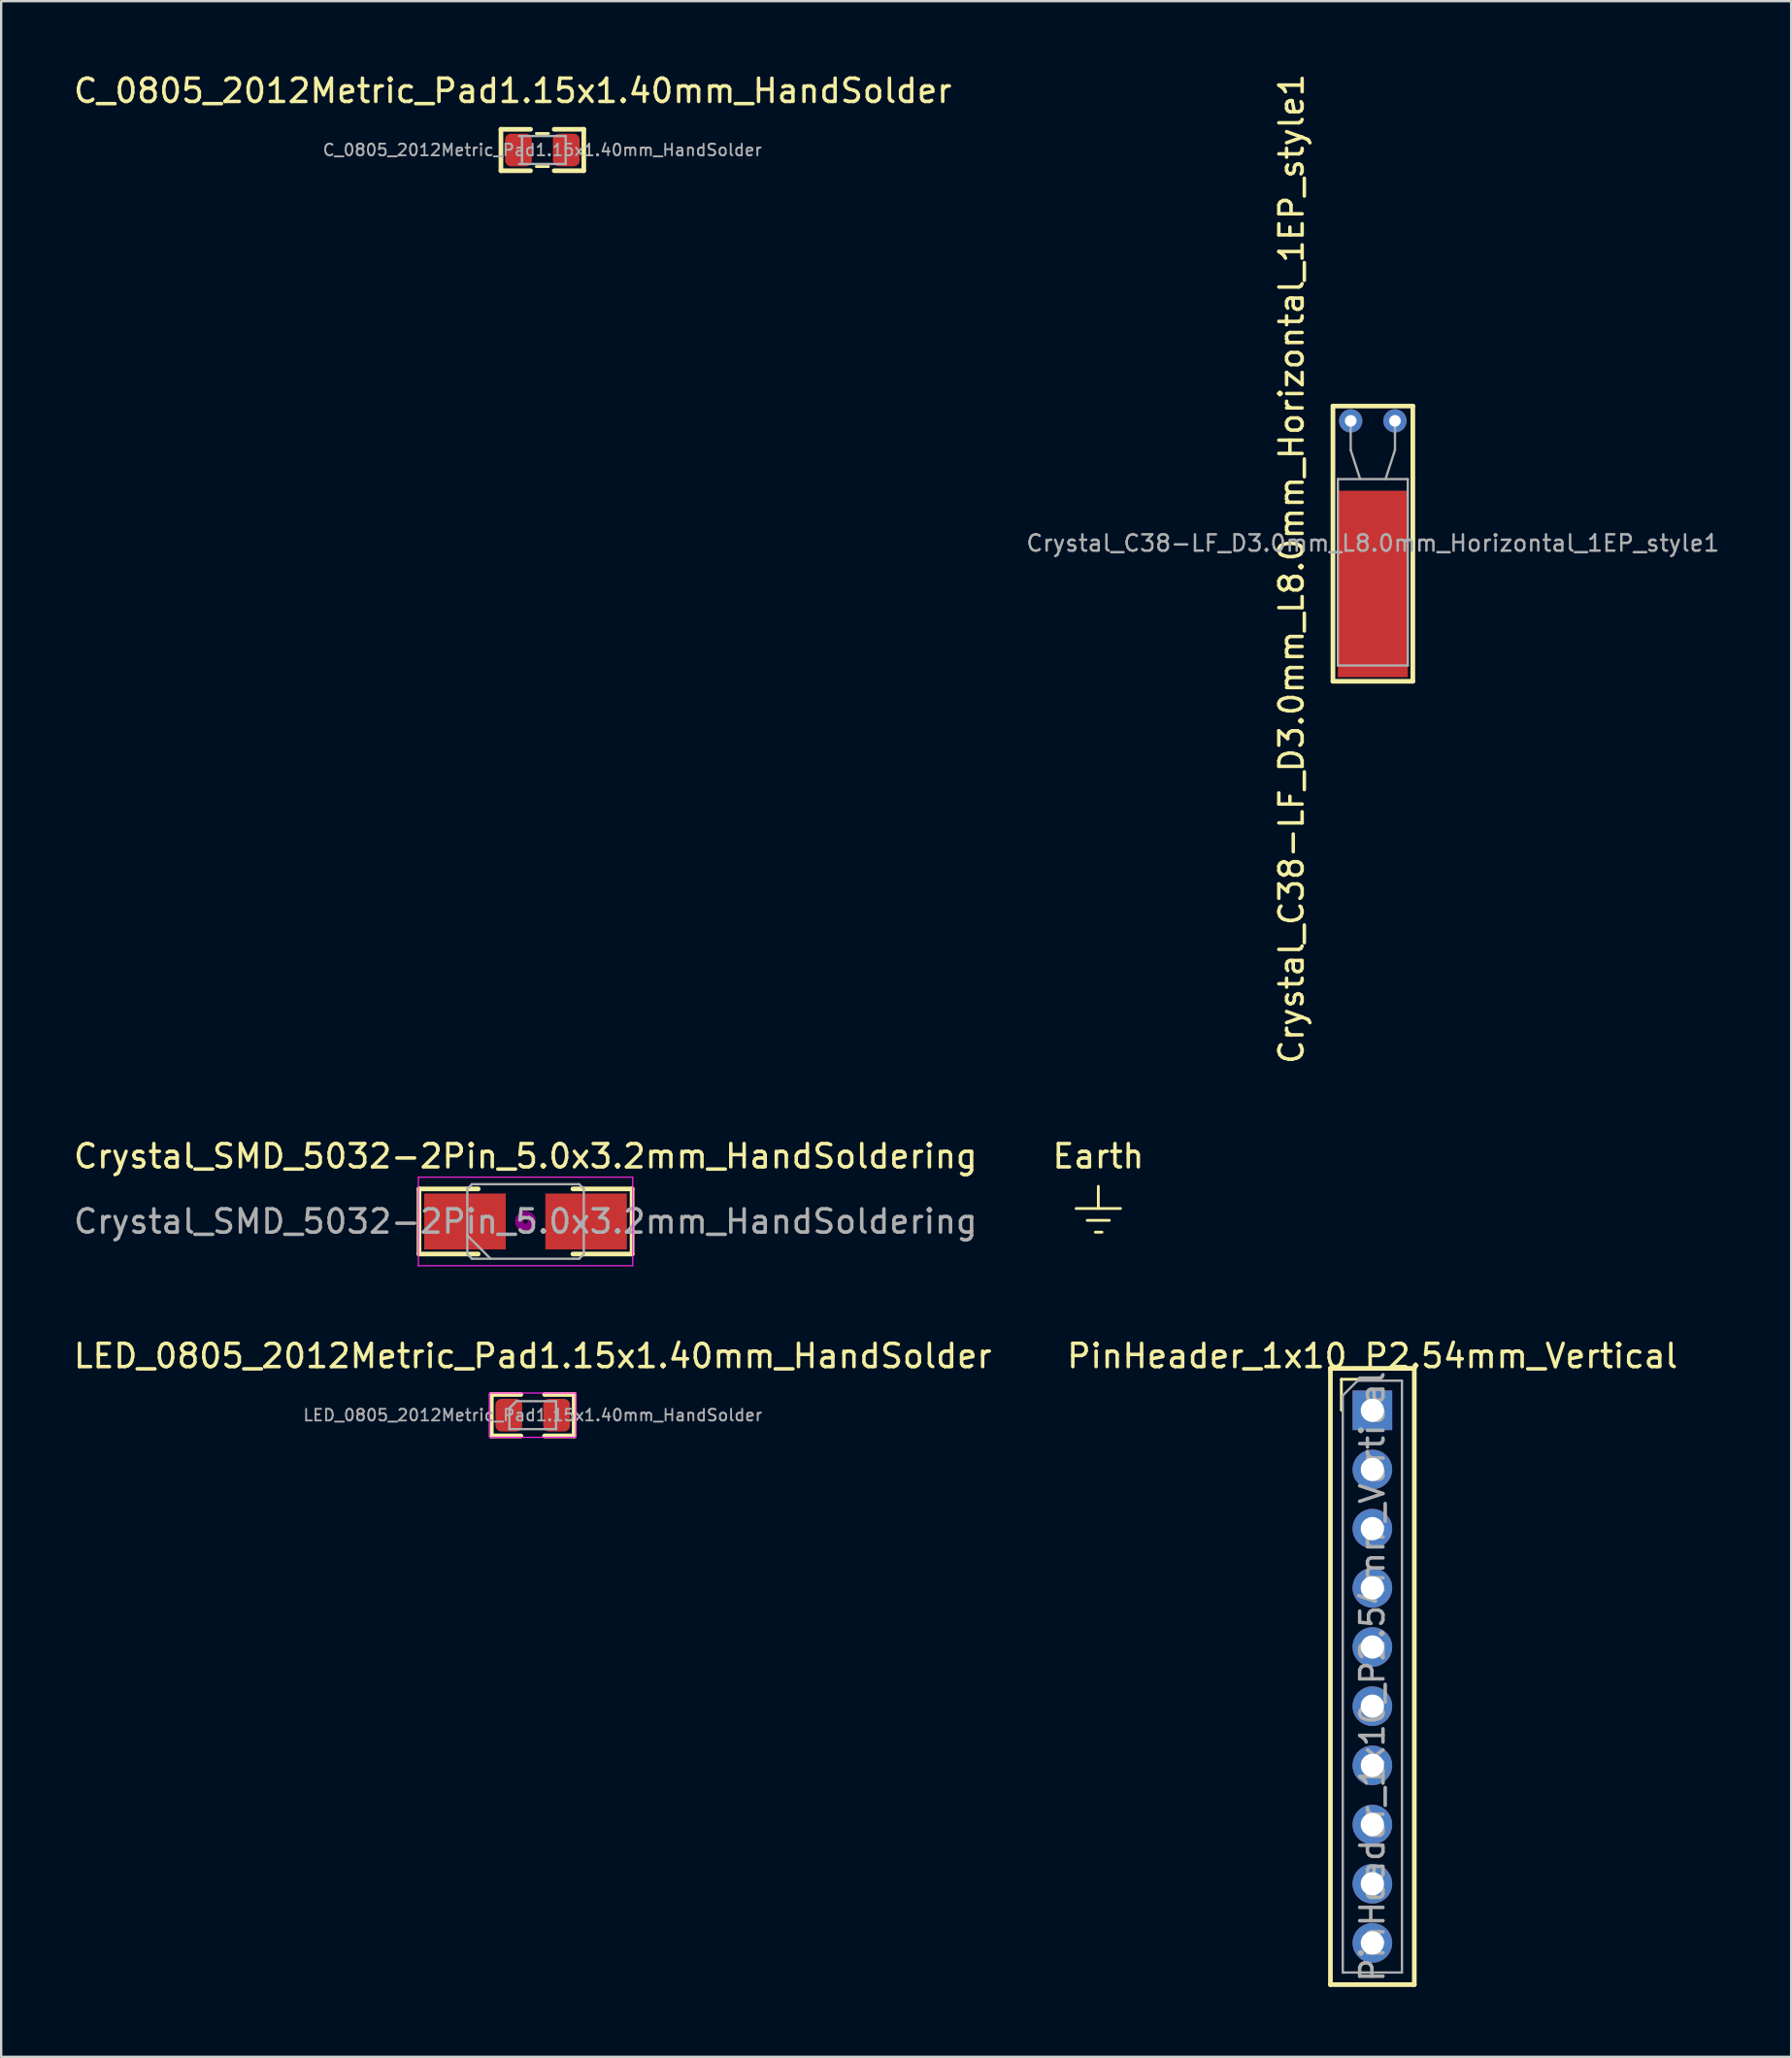
<source format=kicad_pcb>
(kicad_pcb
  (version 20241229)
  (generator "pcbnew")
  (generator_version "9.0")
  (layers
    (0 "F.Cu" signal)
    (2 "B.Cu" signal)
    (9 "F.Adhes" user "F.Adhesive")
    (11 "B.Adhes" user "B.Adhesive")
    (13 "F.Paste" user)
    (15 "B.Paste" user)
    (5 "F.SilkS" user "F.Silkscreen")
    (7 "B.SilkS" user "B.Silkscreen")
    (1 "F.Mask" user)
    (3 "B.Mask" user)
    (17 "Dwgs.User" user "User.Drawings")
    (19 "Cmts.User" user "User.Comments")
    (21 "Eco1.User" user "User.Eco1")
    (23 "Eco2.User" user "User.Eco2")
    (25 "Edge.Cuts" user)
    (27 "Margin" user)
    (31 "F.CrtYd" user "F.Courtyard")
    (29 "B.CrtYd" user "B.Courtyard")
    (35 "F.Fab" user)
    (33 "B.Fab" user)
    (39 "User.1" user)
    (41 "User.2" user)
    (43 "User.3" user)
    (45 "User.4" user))
  (footprint "C_0805_2012Metric_Pad1.15x1.40mm_HandSolder"
    (layer "F.Cu")
    (at 20.228 3.388)
    (property "Reference" "C_0805_2012Metric_Pad1.15x1.40mm_HandSolder" (at -1.27 -2.54 0) (layer "F.SilkS") (effects (font (size 1 1) (thickness 0.15))))
    (attr smd)
    (fp_line (start -1.778 -0.889) (end -0.508 -0.889) (stroke (width 0.2) (type solid)) (layer "F.SilkS"))
    (fp_line (start -1.778 0.889) (end -1.778 -0.889) (stroke (width 0.2) (type solid)) (layer "F.SilkS"))
    (fp_line (start -0.508 0.889) (end -1.778 0.889) (stroke (width 0.2) (type solid)) (layer "F.SilkS"))
    (fp_line (start -0.261 -0.71) (end 0.261 -0.71) (stroke (width 0.12) (type solid)) (layer "F.SilkS"))
    (fp_line (start -0.261 0.71) (end 0.261 0.71) (stroke (width 0.12) (type solid)) (layer "F.SilkS"))
    (fp_line (start 0.508 -0.889) (end 1.778 -0.889) (stroke (width 0.2) (type solid)) (layer "F.SilkS"))
    (fp_line (start 1.778 -0.889) (end 1.778 0.889) (stroke (width 0.2) (type solid)) (layer "F.SilkS"))
    (fp_line (start 1.778 0.889) (end 0.508 0.889) (stroke (width 0.2) (type solid)) (layer "F.SilkS"))
    (fp_line (start -1 -0.6) (end 1 -0.6) (stroke (width 0.1) (type solid)) (layer "F.Fab"))
    (fp_line (start -0.873 0.6) (end -0.873 -0.6) (stroke (width 0.1) (type solid)) (layer "F.Fab"))
    (fp_line (start 1 -0.6) (end 1 0.6) (stroke (width 0.1) (type solid)) (layer "F.Fab"))
    (fp_line (start 1 0.6) (end -1 0.6) (stroke (width 0.1) (type solid)) (layer "F.Fab"))
    (fp_text user "${REFERENCE}" (at 0 0 0) (layer "F.Fab") (effects (font (size 0.5 0.5) (thickness 0.08))))
    (pad "1" smd roundrect (at -1.025 0) (size 1.15 1.4) (layers "F.Cu" "F.Mask" "F.Paste") (roundrect_rratio 0.217))
    (pad "2" smd roundrect (at 1.025 0) (size 1.15 1.4) (layers "F.Cu" "F.Mask" "F.Paste") (roundrect_rratio 0.217)))
  (footprint "Crystal_C38-LF_D3.0mm_L8.0mm_Horizontal_1EP_style1"
    (layer "F.Cu")
    (at 54.921 15.013)
    (property "Reference" "Crystal_C38-LF_D3.0mm_L8.0mm_Horizontal_1EP_style1" (at -2.54 6.35 90) (layer "F.SilkS") (effects (font (size 1 1) (thickness 0.15))))
    (attr through_hole)
    (fp_line (start -0.762 -0.635) (end -0.762 11.176) (stroke (width 0.2) (type solid)) (layer "F.SilkS"))
    (fp_line (start -0.75 2.8) (end -0.75 2.3) (stroke (width 0.12) (type solid)) (layer "F.SilkS"))
    (fp_line (start 2.667 -0.635) (end -0.762 -0.635) (stroke (width 0.2) (type solid)) (layer "F.SilkS"))
    (fp_line (start 2.667 -0.635) (end 2.667 11.176) (stroke (width 0.2) (type solid)) (layer "F.SilkS"))
    (fp_line (start 2.667 11.176) (end -0.762 11.176) (stroke (width 0.2) (type solid)) (layer "F.SilkS"))
    (fp_line (start -0.55 2.5) (end -0.55 10.5) (stroke (width 0.1) (type solid)) (layer "F.Fab"))
    (fp_line (start -0.55 10.5) (end 2.45 10.5) (stroke (width 0.1) (type solid)) (layer "F.Fab"))
    (fp_line (start 0 1.25) (end 0 0) (stroke (width 0.1) (type solid)) (layer "F.Fab"))
    (fp_line (start 0.405 2.5) (end 0 1.25) (stroke (width 0.1) (type solid)) (layer "F.Fab"))
    (fp_line (start 1.495 2.5) (end 1.9 1.25) (stroke (width 0.1) (type solid)) (layer "F.Fab"))
    (fp_line (start 1.9 1.25) (end 1.9 0) (stroke (width 0.1) (type solid)) (layer "F.Fab"))
    (fp_line (start 2.45 2.5) (end -0.55 2.5) (stroke (width 0.1) (type solid)) (layer "F.Fab"))
    (fp_line (start 2.45 10.5) (end 2.45 2.5) (stroke (width 0.1) (type solid)) (layer "F.Fab"))
    (fp_text user "${REFERENCE}" (at 0.95 5.25 0) (layer "F.Fab") (effects (font (size 0.7 0.7) (thickness 0.105))))
    (pad "1" thru_hole circle (at 0 0) (size 1 1) (drill 0.5) (layers "*.Cu" "*.Mask"))
    (pad "2" thru_hole circle (at 1.9 0) (size 1 1) (drill 0.5) (layers "*.Cu" "*.Mask"))
    (pad "3" smd rect (at 0.95 7) (size 3 8) (layers "F.Cu" "F.Mask" "F.Paste")))
  (footprint "PinHeader_1x10_P2.54mm_Vertical"
    (layer "F.Cu")
    (at 55.851 57.478)
    (property "Reference" "PinHeader_1x10_P2.54mm_Vertical" (at 0 -2.33 0) (layer "F.SilkS") (effects (font (size 1 1) (thickness 0.15))))
    (attr through_hole)
    (fp_line (start -1.8 -1.8) (end -1.8 24.65) (stroke (width 0.2) (type solid)) (layer "F.SilkS"))
    (fp_line (start -1.8 24.65) (end 1.8 24.65) (stroke (width 0.2) (type solid)) (layer "F.SilkS"))
    (fp_line (start -1.33 -1.33) (end 0 -1.33) (stroke (width 0.12) (type solid)) (layer "F.SilkS"))
    (fp_line (start -1.33 0) (end -1.33 -1.33) (stroke (width 0.12) (type solid)) (layer "F.SilkS"))
    (fp_line (start 1.8 -1.8) (end -1.8 -1.8) (stroke (width 0.2) (type solid)) (layer "F.SilkS"))
    (fp_line (start 1.8 24.65) (end 1.8 -1.8) (stroke (width 0.2) (type solid)) (layer "F.SilkS"))
    (fp_line (start -1.27 -0.635) (end -0.635 -1.27) (stroke (width 0.1) (type solid)) (layer "F.Fab"))
    (fp_line (start -1.27 24.13) (end -1.27 -0.635) (stroke (width 0.1) (type solid)) (layer "F.Fab"))
    (fp_line (start -0.635 -1.27) (end 1.27 -1.27) (stroke (width 0.1) (type solid)) (layer "F.Fab"))
    (fp_line (start 1.27 -1.27) (end 1.27 24.13) (stroke (width 0.1) (type solid)) (layer "F.Fab"))
    (fp_line (start 1.27 24.13) (end -1.27 24.13) (stroke (width 0.1) (type solid)) (layer "F.Fab"))
    (fp_text user "${REFERENCE}" (at 0 11.43 90) (layer "F.Fab") (effects (font (size 1 1) (thickness 0.15))))
    (pad "1" thru_hole rect (at 0 0) (size 1.7 1.7) (drill 1) (layers "*.Cu" "*.Mask"))
    (pad "2" thru_hole oval (at 0 2.54) (size 1.7 1.7) (drill 1) (layers "*.Cu" "*.Mask"))
    (pad "3" thru_hole oval (at 0 5.08) (size 1.7 1.7) (drill 1) (layers "*.Cu" "*.Mask"))
    (pad "4" thru_hole oval (at 0 7.62) (size 1.7 1.7) (drill 1) (layers "*.Cu" "*.Mask"))
    (pad "5" thru_hole oval (at 0 10.16) (size 1.7 1.7) (drill 1) (layers "*.Cu" "*.Mask"))
    (pad "6" thru_hole oval (at 0 12.7) (size 1.7 1.7) (drill 1) (layers "*.Cu" "*.Mask"))
    (pad "7" thru_hole oval (at 0 15.24) (size 1.7 1.7) (drill 1) (layers "*.Cu" "*.Mask"))
    (pad "8" thru_hole oval (at 0 17.78) (size 1.7 1.7) (drill 1) (layers "*.Cu" "*.Mask"))
    (pad "9" thru_hole oval (at 0 20.32) (size 1.7 1.7) (drill 1) (layers "*.Cu" "*.Mask"))
    (pad "10" thru_hole oval (at 0 22.86) (size 1.7 1.7) (drill 1) (layers "*.Cu" "*.Mask")))
  (footprint "LED_0805_2012Metric_Pad1.15x1.40mm_HandSolder"
    (layer "F.Cu")
    (at 19.815 57.688)
    (property "Reference" "LED_0805_2012Metric_Pad1.15x1.40mm_HandSolder" (at 0 -2.54 0) (layer "F.SilkS") (effects (font (size 1 1) (thickness 0.15))))
    (attr smd)
    (fp_line (start -1.778 -0.889) (end -0.508 -0.889) (stroke (width 0.2) (type solid)) (layer "F.SilkS"))
    (fp_line (start -1.778 0.889) (end -1.778 -0.889) (stroke (width 0.2) (type solid)) (layer "F.SilkS"))
    (fp_line (start -0.508 0.889) (end -1.778 0.889) (stroke (width 0.2) (type solid)) (layer "F.SilkS"))
    (fp_line (start 0.508 -0.889) (end 1.778 -0.889) (stroke (width 0.2) (type solid)) (layer "F.SilkS"))
    (fp_line (start 1.778 -0.889) (end 1.778 0.889) (stroke (width 0.2) (type solid)) (layer "F.SilkS"))
    (fp_line (start 1.778 0.889) (end 0.508 0.889) (stroke (width 0.2) (type solid)) (layer "F.SilkS"))
    (fp_line (start -1.85 -0.95) (end 1.85 -0.95) (stroke (width 0.05) (type solid)) (layer "F.CrtYd"))
    (fp_line (start -1.85 0.95) (end -1.85 -0.95) (stroke (width 0.05) (type solid)) (layer "F.CrtYd"))
    (fp_line (start 1.85 -0.95) (end 1.85 0.95) (stroke (width 0.05) (type solid)) (layer "F.CrtYd"))
    (fp_line (start 1.85 0.95) (end -1.85 0.95) (stroke (width 0.05) (type solid)) (layer "F.CrtYd"))
    (fp_line (start -1 -0.3) (end -1 0.6) (stroke (width 0.1) (type solid)) (layer "F.Fab"))
    (fp_line (start -1 0.6) (end 1 0.6) (stroke (width 0.1) (type solid)) (layer "F.Fab"))
    (fp_line (start -0.7 -0.6) (end -1 -0.3) (stroke (width 0.1) (type solid)) (layer "F.Fab"))
    (fp_line (start 1 -0.6) (end -0.7 -0.6) (stroke (width 0.1) (type solid)) (layer "F.Fab"))
    (fp_line (start 1 0.6) (end 1 -0.6) (stroke (width 0.1) (type solid)) (layer "F.Fab"))
    (fp_text user "${REFERENCE}" (at 0 0 0) (layer "F.Fab") (effects (font (size 0.5 0.5) (thickness 0.08))))
    (pad "1" smd roundrect (at -1.025 0) (size 1.15 1.4) (layers "F.Cu" "F.Mask" "F.Paste") (roundrect_rratio 0.217))
    (pad "2" smd roundrect (at 1.025 0) (size 1.15 1.4) (layers "F.Cu" "F.Mask" "F.Paste") (roundrect_rratio 0.217)))
  (footprint "Earth"
    (layer "F.Cu")
    (at 44.089 47.852)
    (property "Reference" "Earth" (at 0 -1.278 0) (unlocked yes) (layer "F.SilkS") (effects (font (size 1 1) (thickness 0.15))))
    (attr through_hole)
    (fp_line (start -0.953 0.965) (end 0.953 0.965) (stroke (width 0.12) (type solid)) (layer "F.SilkS"))
    (fp_line (start -0.476 1.473) (end 0.476 1.473) (stroke (width 0.12) (type solid)) (layer "F.SilkS"))
    (fp_line (start -0.127 1.981) (end 0.159 1.981) (stroke (width 0.12) (type solid)) (layer "F.SilkS"))
    (fp_line (start 0 0.013) (end 0 0.965) (stroke (width 0.12) (type solid)) (layer "F.SilkS")))
  (footprint "Crystal_SMD_5032-2Pin_5.0x3.2mm_HandSoldering"
    (layer "F.Cu")
    (at 19.506 49.374)
    (property "Reference" "Crystal_SMD_5032-2Pin_5.0x3.2mm_HandSoldering" (at 0 -2.8 0) (layer "F.SilkS") (effects (font (size 1 1) (thickness 0.15))))
    (attr smd)
    (fp_line (start -4.572 -1.397) (end -2.032 -1.397) (stroke (width 0.2) (type solid)) (layer "F.SilkS"))
    (fp_line (start -4.572 1.397) (end -4.572 -1.397) (stroke (width 0.2) (type solid)) (layer "F.SilkS"))
    (fp_line (start -2.032 1.397) (end -4.572 1.397) (stroke (width 0.2) (type solid)) (layer "F.SilkS"))
    (fp_line (start 2.032 -1.397) (end 4.572 -1.397) (stroke (width 0.2) (type solid)) (layer "F.SilkS"))
    (fp_line (start 4.572 -1.397) (end 4.572 1.397) (stroke (width 0.2) (type solid)) (layer "F.SilkS"))
    (fp_line (start 4.572 1.397) (end 2.032 1.397) (stroke (width 0.2) (type solid)) (layer "F.SilkS"))
    (fp_circle (center 0 0) (end 0.093 0) (stroke (width 0.187) (type solid)) (fill no) (layer "F.Adhes"))
    (fp_circle (center 0 0) (end 0.213 0) (stroke (width 0.133) (type solid)) (fill no) (layer "F.Adhes"))
    (fp_circle (center 0 0) (end 0.333 0) (stroke (width 0.133) (type solid)) (fill no) (layer "F.Adhes"))
    (fp_circle (center 0 0) (end 0.4 0) (stroke (width 0.1) (type solid)) (fill no) (layer "F.Adhes"))
    (fp_line (start -4.6 -1.9) (end -4.6 1.9) (stroke (width 0.05) (type solid)) (layer "F.CrtYd"))
    (fp_line (start -4.6 1.9) (end 4.6 1.9) (stroke (width 0.05) (type solid)) (layer "F.CrtYd"))
    (fp_line (start 4.6 -1.9) (end -4.6 -1.9) (stroke (width 0.05) (type solid)) (layer "F.CrtYd"))
    (fp_line (start 4.6 1.9) (end 4.6 -1.9) (stroke (width 0.05) (type solid)) (layer "F.CrtYd"))
    (fp_line (start -2.5 -1.4) (end -2.3 -1.6) (stroke (width 0.1) (type solid)) (layer "F.Fab"))
    (fp_line (start -2.5 0.6) (end -1.5 1.6) (stroke (width 0.1) (type solid)) (layer "F.Fab"))
    (fp_line (start -2.5 1.4) (end -2.5 -1.4) (stroke (width 0.1) (type solid)) (layer "F.Fab"))
    (fp_line (start -2.3 -1.6) (end 2.3 -1.6) (stroke (width 0.1) (type solid)) (layer "F.Fab"))
    (fp_line (start -2.3 1.6) (end -2.5 1.4) (stroke (width 0.1) (type solid)) (layer "F.Fab"))
    (fp_line (start 2.3 -1.6) (end 2.5 -1.4) (stroke (width 0.1) (type solid)) (layer "F.Fab"))
    (fp_line (start 2.3 1.6) (end -2.3 1.6) (stroke (width 0.1) (type solid)) (layer "F.Fab"))
    (fp_line (start 2.5 -1.4) (end 2.5 1.4) (stroke (width 0.1) (type solid)) (layer "F.Fab"))
    (fp_line (start 2.5 1.4) (end 2.3 1.6) (stroke (width 0.1) (type solid)) (layer "F.Fab"))
    (fp_text user "${REFERENCE}" (at 0 0 0) (layer "F.Fab") (effects (font (size 1 1) (thickness 0.15))))
    (pad "1" smd rect (at -2.6 0) (size 3.5 2.4) (layers "F.Cu" "F.Mask" "F.Paste"))
    (pad "2" smd rect (at 2.6 0) (size 3.5 2.4) (layers "F.Cu" "F.Mask" "F.Paste")))
  (gr_rect
    (start -3 -3)
    (end 73.825 85.228)
    (stroke (width 0.1) (type default))
    (fill no)
    (layer "Edge.Cuts")))
</source>
